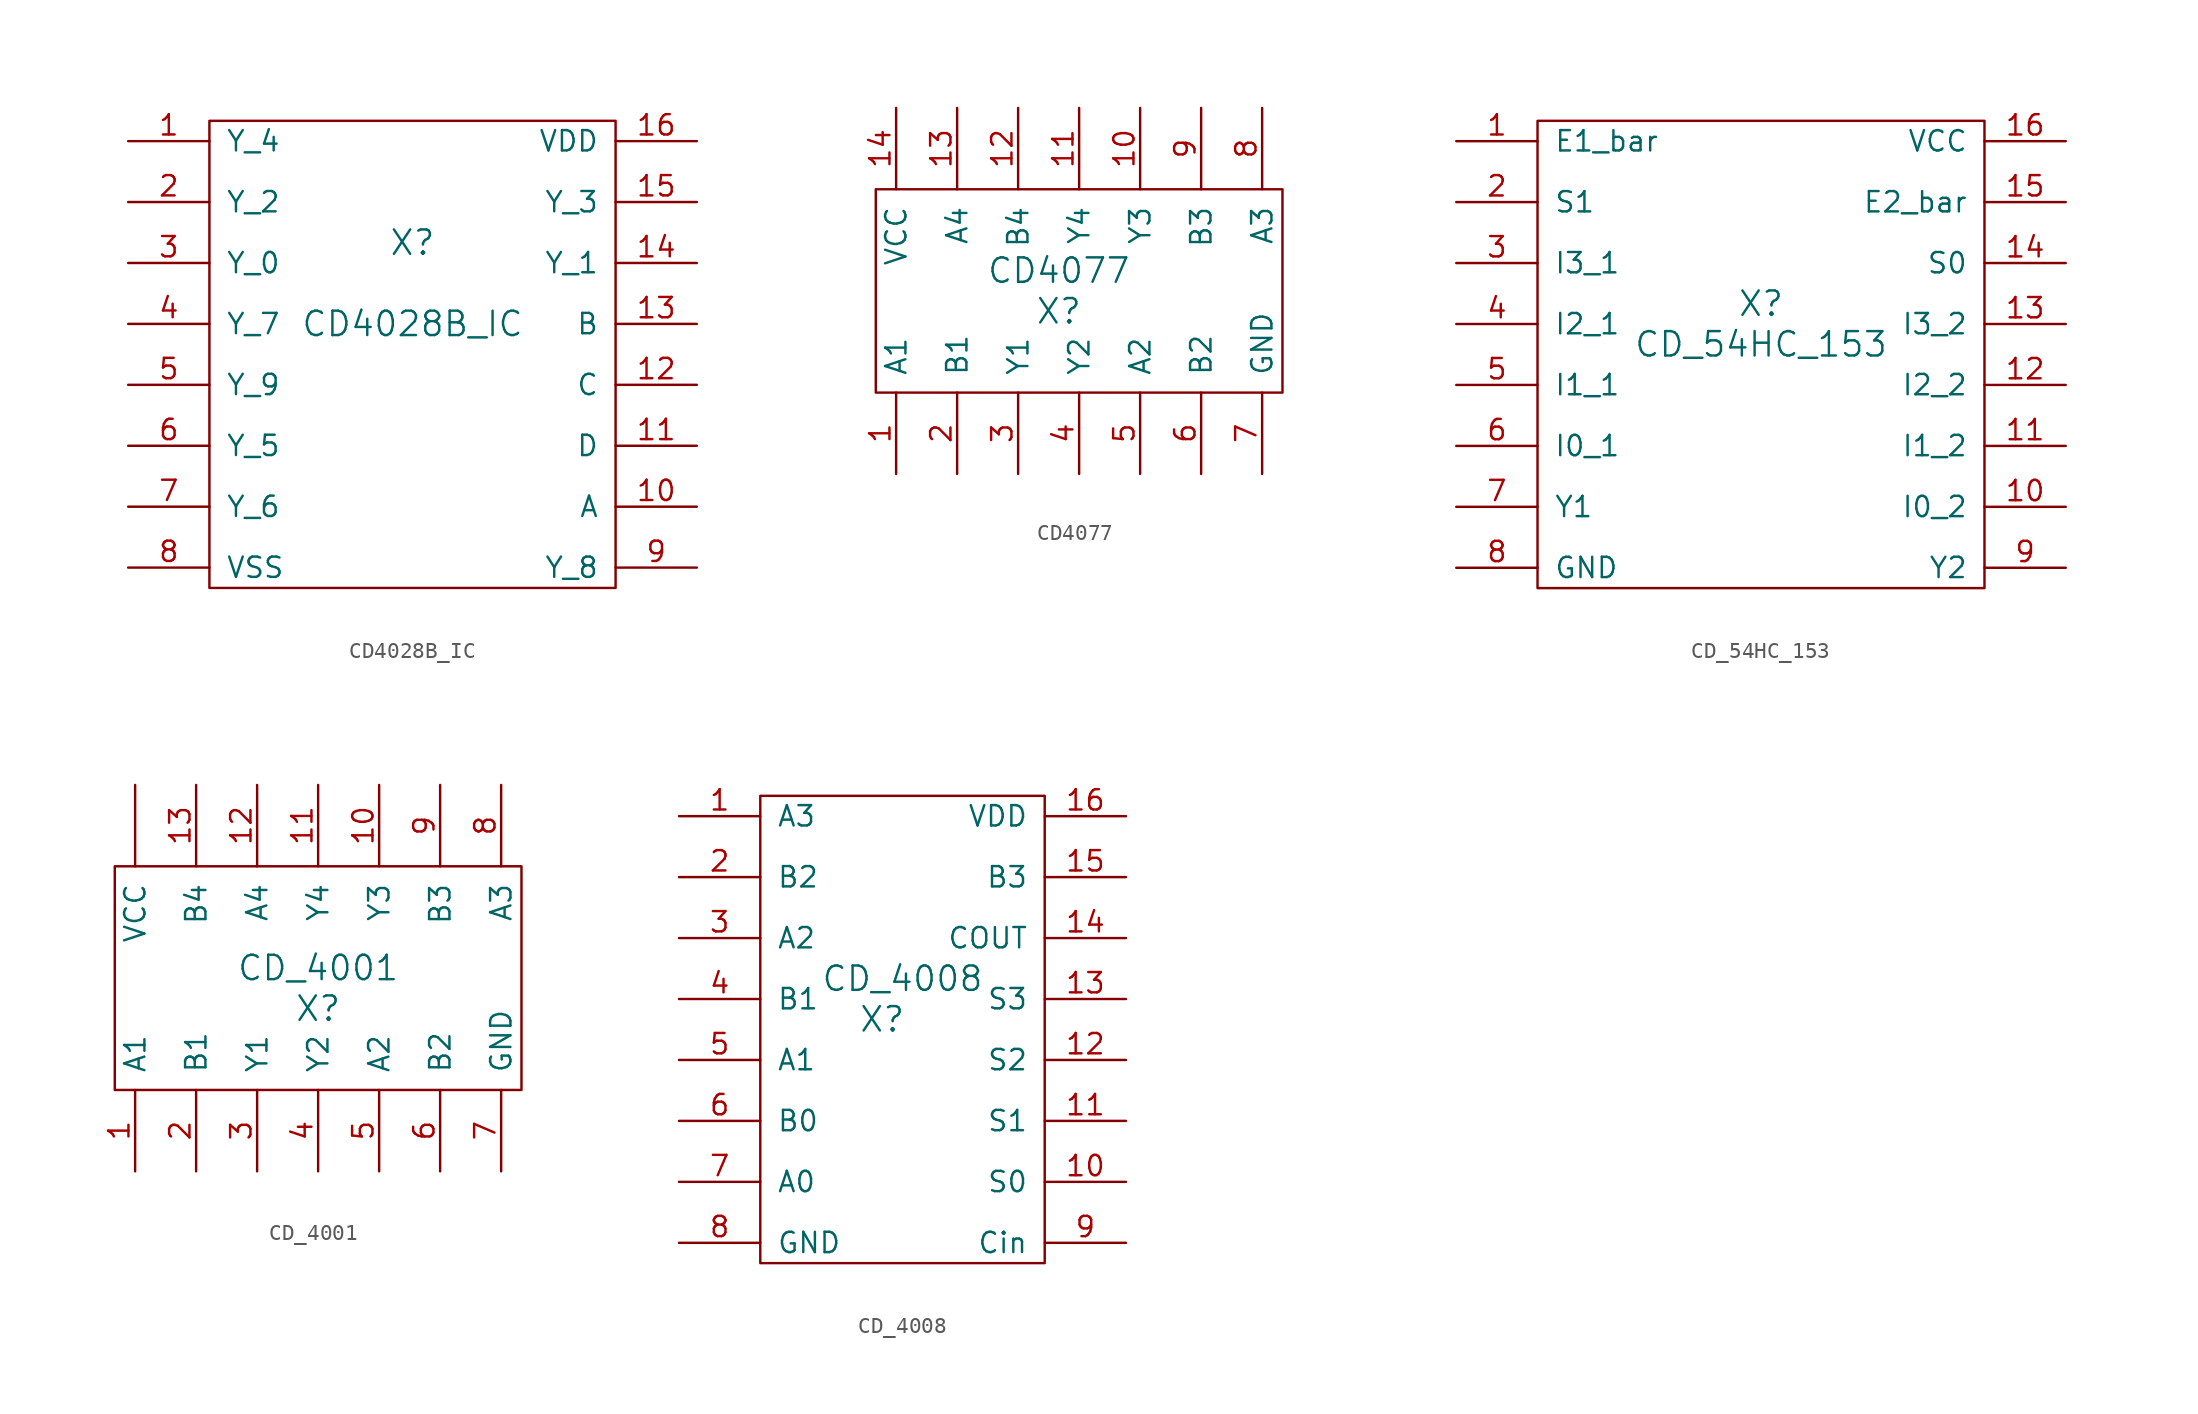
<source format=kicad_sym>
(kicad_symbol_lib
  (version 20211014)
  (generator kicad_symbol_editor)
  (symbol "CD4028B_IC"
    (pin_names
      (offset 1.016))
    (property "Reference" "X"
      (at 2.54 3.81 0)
      (effects (font (size 1.524 1.524))))
    (property "Value" "CD4028B_IC"
      (at 2.54 -1.27 0)
      (effects (font (size 1.524 1.524))))
    (symbol "CD4028B_IC_0_1"
      (rectangle (start -10.16 11.43) (end 15.24 -17.78) (stroke (width 0) (type default) (color 0 0 0 0)) (fill (type none))))
    (symbol "CD4028B_IC_1_1"
      (pin output line (at -15.24 10.16 0) (length 5.08) (name "Y_4" (effects (font (size 1.27 1.27)))) (number "1" (effects (font (size 1.27 1.27)))))
      (pin input line (at 20.32 -12.7 180) (length 5.08) (name "A" (effects (font (size 1.27 1.27)))) (number "10" (effects (font (size 1.27 1.27)))))
      (pin input line (at 20.32 -8.89 180) (length 5.08) (name "D" (effects (font (size 1.27 1.27)))) (number "11" (effects (font (size 1.27 1.27)))))
      (pin input line (at 20.32 -5.08 180) (length 5.08) (name "C" (effects (font (size 1.27 1.27)))) (number "12" (effects (font (size 1.27 1.27)))))
      (pin input line (at 20.32 -1.27 180) (length 5.08) (name "B" (effects (font (size 1.27 1.27)))) (number "13" (effects (font (size 1.27 1.27)))))
      (pin output line (at 20.32 2.54 180) (length 5.08) (name "Y_1" (effects (font (size 1.27 1.27)))) (number "14" (effects (font (size 1.27 1.27)))))
      (pin output line (at 20.32 6.35 180) (length 5.08) (name "Y_3" (effects (font (size 1.27 1.27)))) (number "15" (effects (font (size 1.27 1.27)))))
      (pin input line (at 20.32 10.16 180) (length 5.08) (name "VDD" (effects (font (size 1.27 1.27)))) (number "16" (effects (font (size 1.27 1.27)))))
      (pin output line (at -15.24 6.35 0) (length 5.08) (name "Y_2" (effects (font (size 1.27 1.27)))) (number "2" (effects (font (size 1.27 1.27)))))
      (pin output line (at -15.24 2.54 0) (length 5.08) (name "Y_0" (effects (font (size 1.27 1.27)))) (number "3" (effects (font (size 1.27 1.27)))))
      (pin output line (at -15.24 -1.27 0) (length 5.08) (name "Y_7" (effects (font (size 1.27 1.27)))) (number "4" (effects (font (size 1.27 1.27)))))
      (pin output line (at -15.24 -5.08 0) (length 5.08) (name "Y_9" (effects (font (size 1.27 1.27)))) (number "5" (effects (font (size 1.27 1.27)))))
      (pin output line (at -15.24 -8.89 0) (length 5.08) (name "Y_5" (effects (font (size 1.27 1.27)))) (number "6" (effects (font (size 1.27 1.27)))))
      (pin output line (at -15.24 -12.7 0) (length 5.08) (name "Y_6" (effects (font (size 1.27 1.27)))) (number "7" (effects (font (size 1.27 1.27)))))
      (pin input line (at -15.24 -16.51 0) (length 5.08) (name "VSS" (effects (font (size 1.27 1.27)))) (number "8" (effects (font (size 1.27 1.27)))))
      (pin output line (at 20.32 -16.51 180) (length 5.08) (name "Y_8" (effects (font (size 1.27 1.27)))) (number "9" (effects (font (size 1.27 1.27)))))))
  (symbol "CD4077"
    (pin_names
      (offset 1.016))
    (property "Reference" "X"
      (at 0 -1.27 0)
      (effects (font (size 1.524 1.524))))
    (property "Value" "CD4077"
      (at 0 1.27 0)
      (effects (font (size 1.524 1.524))))
    (symbol "CD4077_0_1"
      (rectangle (start -11.43 6.35) (end 13.97 -6.35) (stroke (width 0) (type default) (color 0 0 0 0)) (fill (type none))))
    (symbol "CD4077_1_1"
      (pin input line (at -10.16 -11.43 90) (length 5.08) (name "A1" (effects (font (size 1.27 1.27)))) (number "1" (effects (font (size 1.27 1.27)))))
      (pin output line (at 5.08 11.43 270) (length 5.08) (name "Y3" (effects (font (size 1.27 1.27)))) (number "10" (effects (font (size 1.27 1.27)))))
      (pin output line (at 1.27 11.43 270) (length 5.08) (name "Y4" (effects (font (size 1.27 1.27)))) (number "11" (effects (font (size 1.27 1.27)))))
      (pin input line (at -2.54 11.43 270) (length 5.08) (name "B4" (effects (font (size 1.27 1.27)))) (number "12" (effects (font (size 1.27 1.27)))))
      (pin input line (at -6.35 11.43 270) (length 5.08) (name "A4" (effects (font (size 1.27 1.27)))) (number "13" (effects (font (size 1.27 1.27)))))
      (pin input line (at -10.16 11.43 270) (length 5.08) (name "VCC" (effects (font (size 1.27 1.27)))) (number "14" (effects (font (size 1.27 1.27)))))
      (pin input line (at -6.35 -11.43 90) (length 5.08) (name "B1" (effects (font (size 1.27 1.27)))) (number "2" (effects (font (size 1.27 1.27)))))
      (pin output line (at -2.54 -11.43 90) (length 5.08) (name "Y1" (effects (font (size 1.27 1.27)))) (number "3" (effects (font (size 1.27 1.27)))))
      (pin output line (at 1.27 -11.43 90) (length 5.08) (name "Y2" (effects (font (size 1.27 1.27)))) (number "4" (effects (font (size 1.27 1.27)))))
      (pin input line (at 5.08 -11.43 90) (length 5.08) (name "A2" (effects (font (size 1.27 1.27)))) (number "5" (effects (font (size 1.27 1.27)))))
      (pin input line (at 8.89 -11.43 90) (length 5.08) (name "B2" (effects (font (size 1.27 1.27)))) (number "6" (effects (font (size 1.27 1.27)))))
      (pin input line (at 12.7 -11.43 90) (length 5.08) (name "GND" (effects (font (size 1.27 1.27)))) (number "7" (effects (font (size 1.27 1.27)))))
      (pin input line (at 12.7 11.43 270) (length 5.08) (name "A3" (effects (font (size 1.27 1.27)))) (number "8" (effects (font (size 1.27 1.27)))))
      (pin input line (at 8.89 11.43 270) (length 5.08) (name "B3" (effects (font (size 1.27 1.27)))) (number "9" (effects (font (size 1.27 1.27)))))))
  (symbol "CD_54HC_153"
    (pin_names
      (offset 1.016))
    (property "Reference" "X"
      (at 0 0 0)
      (effects (font (size 1.524 1.524))))
    (property "Value" "CD_54HC_153"
      (at 0 -2.54 0)
      (effects (font (size 1.524 1.524))))
    (symbol "CD_54HC_153_0_1"
      (rectangle (start -13.97 11.43) (end 13.97 -17.78) (stroke (width 0) (type default) (color 0 0 0 0)) (fill (type none))))
    (symbol "CD_54HC_153_1_1"
      (pin input line (at -19.05 10.16 0) (length 5.08) (name "E1_bar" (effects (font (size 1.27 1.27)))) (number "1" (effects (font (size 1.27 1.27)))))
      (pin input line (at 19.05 -12.7 180) (length 5.08) (name "I0_2" (effects (font (size 1.27 1.27)))) (number "10" (effects (font (size 1.27 1.27)))))
      (pin input line (at 19.05 -8.89 180) (length 5.08) (name "I1_2" (effects (font (size 1.27 1.27)))) (number "11" (effects (font (size 1.27 1.27)))))
      (pin input line (at 19.05 -5.08 180) (length 5.08) (name "I2_2" (effects (font (size 1.27 1.27)))) (number "12" (effects (font (size 1.27 1.27)))))
      (pin input line (at 19.05 -1.27 180) (length 5.08) (name "I3_2" (effects (font (size 1.27 1.27)))) (number "13" (effects (font (size 1.27 1.27)))))
      (pin input line (at 19.05 2.54 180) (length 5.08) (name "S0" (effects (font (size 1.27 1.27)))) (number "14" (effects (font (size 1.27 1.27)))))
      (pin input line (at 19.05 6.35 180) (length 5.08) (name "E2_bar" (effects (font (size 1.27 1.27)))) (number "15" (effects (font (size 1.27 1.27)))))
      (pin input line (at 19.05 10.16 180) (length 5.08) (name "VCC" (effects (font (size 1.27 1.27)))) (number "16" (effects (font (size 1.27 1.27)))))
      (pin input line (at -19.05 6.35 0) (length 5.08) (name "S1" (effects (font (size 1.27 1.27)))) (number "2" (effects (font (size 1.27 1.27)))))
      (pin input line (at -19.05 2.54 0) (length 5.08) (name "I3_1" (effects (font (size 1.27 1.27)))) (number "3" (effects (font (size 1.27 1.27)))))
      (pin input line (at -19.05 -1.27 0) (length 5.08) (name "I2_1" (effects (font (size 1.27 1.27)))) (number "4" (effects (font (size 1.27 1.27)))))
      (pin input line (at -19.05 -5.08 0) (length 5.08) (name "I1_1" (effects (font (size 1.27 1.27)))) (number "5" (effects (font (size 1.27 1.27)))))
      (pin input line (at -19.05 -8.89 0) (length 5.08) (name "I0_1" (effects (font (size 1.27 1.27)))) (number "6" (effects (font (size 1.27 1.27)))))
      (pin output line (at -19.05 -12.7 0) (length 5.08) (name "Y1" (effects (font (size 1.27 1.27)))) (number "7" (effects (font (size 1.27 1.27)))))
      (pin input line (at -19.05 -16.51 0) (length 5.08) (name "GND" (effects (font (size 1.27 1.27)))) (number "8" (effects (font (size 1.27 1.27)))))
      (pin output line (at 19.05 -16.51 180) (length 5.08) (name "Y2" (effects (font (size 1.27 1.27)))) (number "9" (effects (font (size 1.27 1.27)))))))
  (symbol "CD_4001"
    (pin_names
      (offset 1.016))
    (property "Reference" "X"
      (at 0 -2.54 0)
      (effects (font (size 1.524 1.524))))
    (property "Value" "CD_4001"
      (at 0 0 0)
      (effects (font (size 1.524 1.524))))
    (symbol "CD_4001_0_1"
      (rectangle (start -12.7 6.35) (end 12.7 -7.62) (stroke (width 0) (type default) (color 0 0 0 0)) (fill (type none))))
    (symbol "CD_4001_1_1"
      (pin input line (at -11.43 -12.7 90) (length 5.08) (name "A1" (effects (font (size 1.27 1.27)))) (number "1" (effects (font (size 1.27 1.27)))))
      (pin output line (at 3.81 11.43 270) (length 5.08) (name "Y3" (effects (font (size 1.27 1.27)))) (number "10" (effects (font (size 1.27 1.27)))))
      (pin output line (at 0 11.43 270) (length 5.08) (name "Y4" (effects (font (size 1.27 1.27)))) (number "11" (effects (font (size 1.27 1.27)))))
      (pin input line (at -3.81 11.43 270) (length 5.08) (name "A4" (effects (font (size 1.27 1.27)))) (number "12" (effects (font (size 1.27 1.27)))))
      (pin input line (at -7.62 11.43 270) (length 5.08) (name "B4" (effects (font (size 1.27 1.27)))) (number "13" (effects (font (size 1.27 1.27)))))
      (pin input line (at -7.62 -12.7 90) (length 5.08) (name "B1" (effects (font (size 1.27 1.27)))) (number "2" (effects (font (size 1.27 1.27)))))
      (pin output line (at -3.81 -12.7 90) (length 5.08) (name "Y1" (effects (font (size 1.27 1.27)))) (number "3" (effects (font (size 1.27 1.27)))))
      (pin output line (at 0 -12.7 90) (length 5.08) (name "Y2" (effects (font (size 1.27 1.27)))) (number "4" (effects (font (size 1.27 1.27)))))
      (pin input line (at 3.81 -12.7 90) (length 5.08) (name "A2" (effects (font (size 1.27 1.27)))) (number "5" (effects (font (size 1.27 1.27)))))
      (pin input line (at 7.62 -12.7 90) (length 5.08) (name "B2" (effects (font (size 1.27 1.27)))) (number "6" (effects (font (size 1.27 1.27)))))
      (pin input line (at 11.43 -12.7 90) (length 5.08) (name "GND" (effects (font (size 1.27 1.27)))) (number "7" (effects (font (size 1.27 1.27)))))
      (pin input line (at 11.43 11.43 270) (length 5.08) (name "A3" (effects (font (size 1.27 1.27)))) (number "8" (effects (font (size 1.27 1.27)))))
      (pin input line (at 7.62 11.43 270) (length 5.08) (name "B3" (effects (font (size 1.27 1.27)))) (number "9" (effects (font (size 1.27 1.27)))))
      (pin input line (at -11.43 11.43 270) (length 5.08) (name "VCC" (effects (font (size 1.27 1.27)))) (number "~" (effects (font (size 1.27 1.27)))))))
  (symbol "CD_4008"
    (pin_names
      (offset 1.016))
    (property "Reference" "X"
      (at -1.27 -1.27 0)
      (effects (font (size 1.524 1.524))))
    (property "Value" "CD_4008"
      (at 0 1.27 0)
      (effects (font (size 1.524 1.524))))
    (symbol "CD_4008_0_1"
      (rectangle (start -8.89 12.7) (end 8.89 -16.51) (stroke (width 0) (type default) (color 0 0 0 0)) (fill (type none))))
    (symbol "CD_4008_1_1"
      (pin input line (at -13.97 11.43 0) (length 5.08) (name "A3" (effects (font (size 1.27 1.27)))) (number "1" (effects (font (size 1.27 1.27)))))
      (pin output line (at 13.97 -11.43 180) (length 5.08) (name "S0" (effects (font (size 1.27 1.27)))) (number "10" (effects (font (size 1.27 1.27)))))
      (pin output line (at 13.97 -7.62 180) (length 5.08) (name "S1" (effects (font (size 1.27 1.27)))) (number "11" (effects (font (size 1.27 1.27)))))
      (pin output line (at 13.97 -3.81 180) (length 5.08) (name "S2" (effects (font (size 1.27 1.27)))) (number "12" (effects (font (size 1.27 1.27)))))
      (pin output line (at 13.97 0 180) (length 5.08) (name "S3" (effects (font (size 1.27 1.27)))) (number "13" (effects (font (size 1.27 1.27)))))
      (pin output line (at 13.97 3.81 180) (length 5.08) (name "COUT" (effects (font (size 1.27 1.27)))) (number "14" (effects (font (size 1.27 1.27)))))
      (pin input line (at 13.97 7.62 180) (length 5.08) (name "B3" (effects (font (size 1.27 1.27)))) (number "15" (effects (font (size 1.27 1.27)))))
      (pin input line (at 13.97 11.43 180) (length 5.08) (name "VDD" (effects (font (size 1.27 1.27)))) (number "16" (effects (font (size 1.27 1.27)))))
      (pin input line (at -13.97 7.62 0) (length 5.08) (name "B2" (effects (font (size 1.27 1.27)))) (number "2" (effects (font (size 1.27 1.27)))))
      (pin input line (at -13.97 3.81 0) (length 5.08) (name "A2" (effects (font (size 1.27 1.27)))) (number "3" (effects (font (size 1.27 1.27)))))
      (pin input line (at -13.97 0 0) (length 5.08) (name "B1" (effects (font (size 1.27 1.27)))) (number "4" (effects (font (size 1.27 1.27)))))
      (pin input line (at -13.97 -3.81 0) (length 5.08) (name "A1" (effects (font (size 1.27 1.27)))) (number "5" (effects (font (size 1.27 1.27)))))
      (pin input line (at -13.97 -7.62 0) (length 5.08) (name "B0" (effects (font (size 1.27 1.27)))) (number "6" (effects (font (size 1.27 1.27)))))
      (pin input line (at -13.97 -11.43 0) (length 5.08) (name "A0" (effects (font (size 1.27 1.27)))) (number "7" (effects (font (size 1.27 1.27)))))
      (pin input line (at -13.97 -15.24 0) (length 5.08) (name "GND" (effects (font (size 1.27 1.27)))) (number "8" (effects (font (size 1.27 1.27)))))
      (pin input line (at 13.97 -15.24 180) (length 5.08) (name "Cin" (effects (font (size 1.27 1.27)))) (number "9" (effects (font (size 1.27 1.27))))))))
</source>
